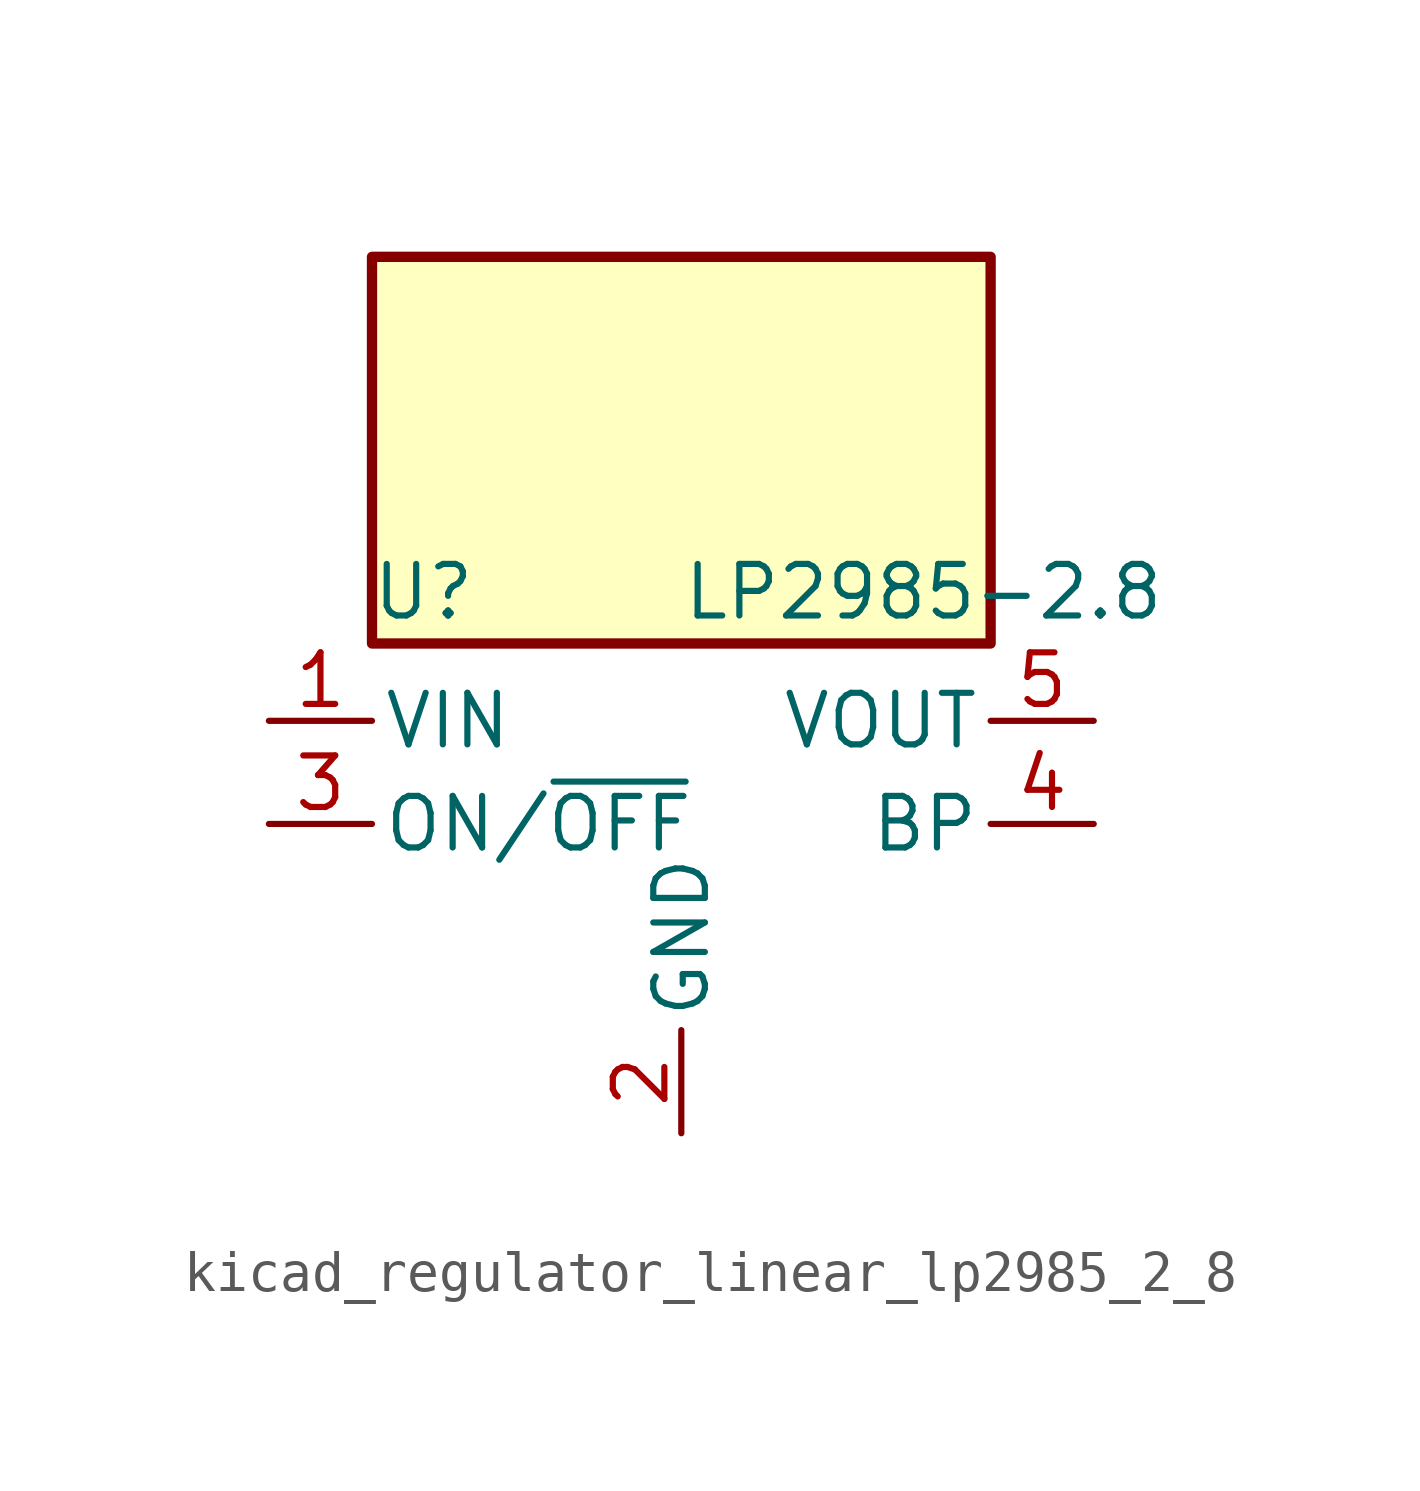
<source format=kicad_sym>
(kicad_symbol_lib
  (version 20220914)
  (generator kicad_symbol_editor)
  (symbol "kicad_regulator_linear_lp2985_2_8"
    (pin_names
      (offset 0.254))
    (property "Reference" "U"
      (at -6.35 5.715 0)
      (effects (font (size 1.27 1.27))))
    (property "Value" "LP2985-2.8"
      (at 0 5.715 0)
      (effects (font (size 1.27 1.27)) (justify left)))
    (symbol "kicad_regulator_linear_lp2985_2_8_0_1"
      (rectangle (start 7.62 13.97) (end -7.62 4.445) (stroke (width 0.254) (type default)) (fill (type background))))
    (symbol "kicad_regulator_linear_lp2985_2_8_1_1"
      (pin power_in line (at -10.16 2.54 0) (length 2.54) (name "VIN" (effects (font (size 1.27 1.27)))) (number "1" (effects (font (size 1.27 1.27)))))
      (pin power_in line (at 0 -7.62 90) (length 2.54) (name "GND" (effects (font (size 1.27 1.27)))) (number "2" (effects (font (size 1.27 1.27)))))
      (pin input line (at -10.16 0 0) (length 2.54) (name "ON/~{OFF}" (effects (font (size 1.27 1.27)))) (number "3" (effects (font (size 1.27 1.27)))))
      (pin input line (at 10.16 0 180) (length 2.54) (name "BP" (effects (font (size 1.27 1.27)))) (number "4" (effects (font (size 1.27 1.27)))))
      (pin power_out line (at 10.16 2.54 180) (length 2.54) (name "VOUT" (effects (font (size 1.27 1.27)))) (number "5" (effects (font (size 1.27 1.27))))))))
</source>
